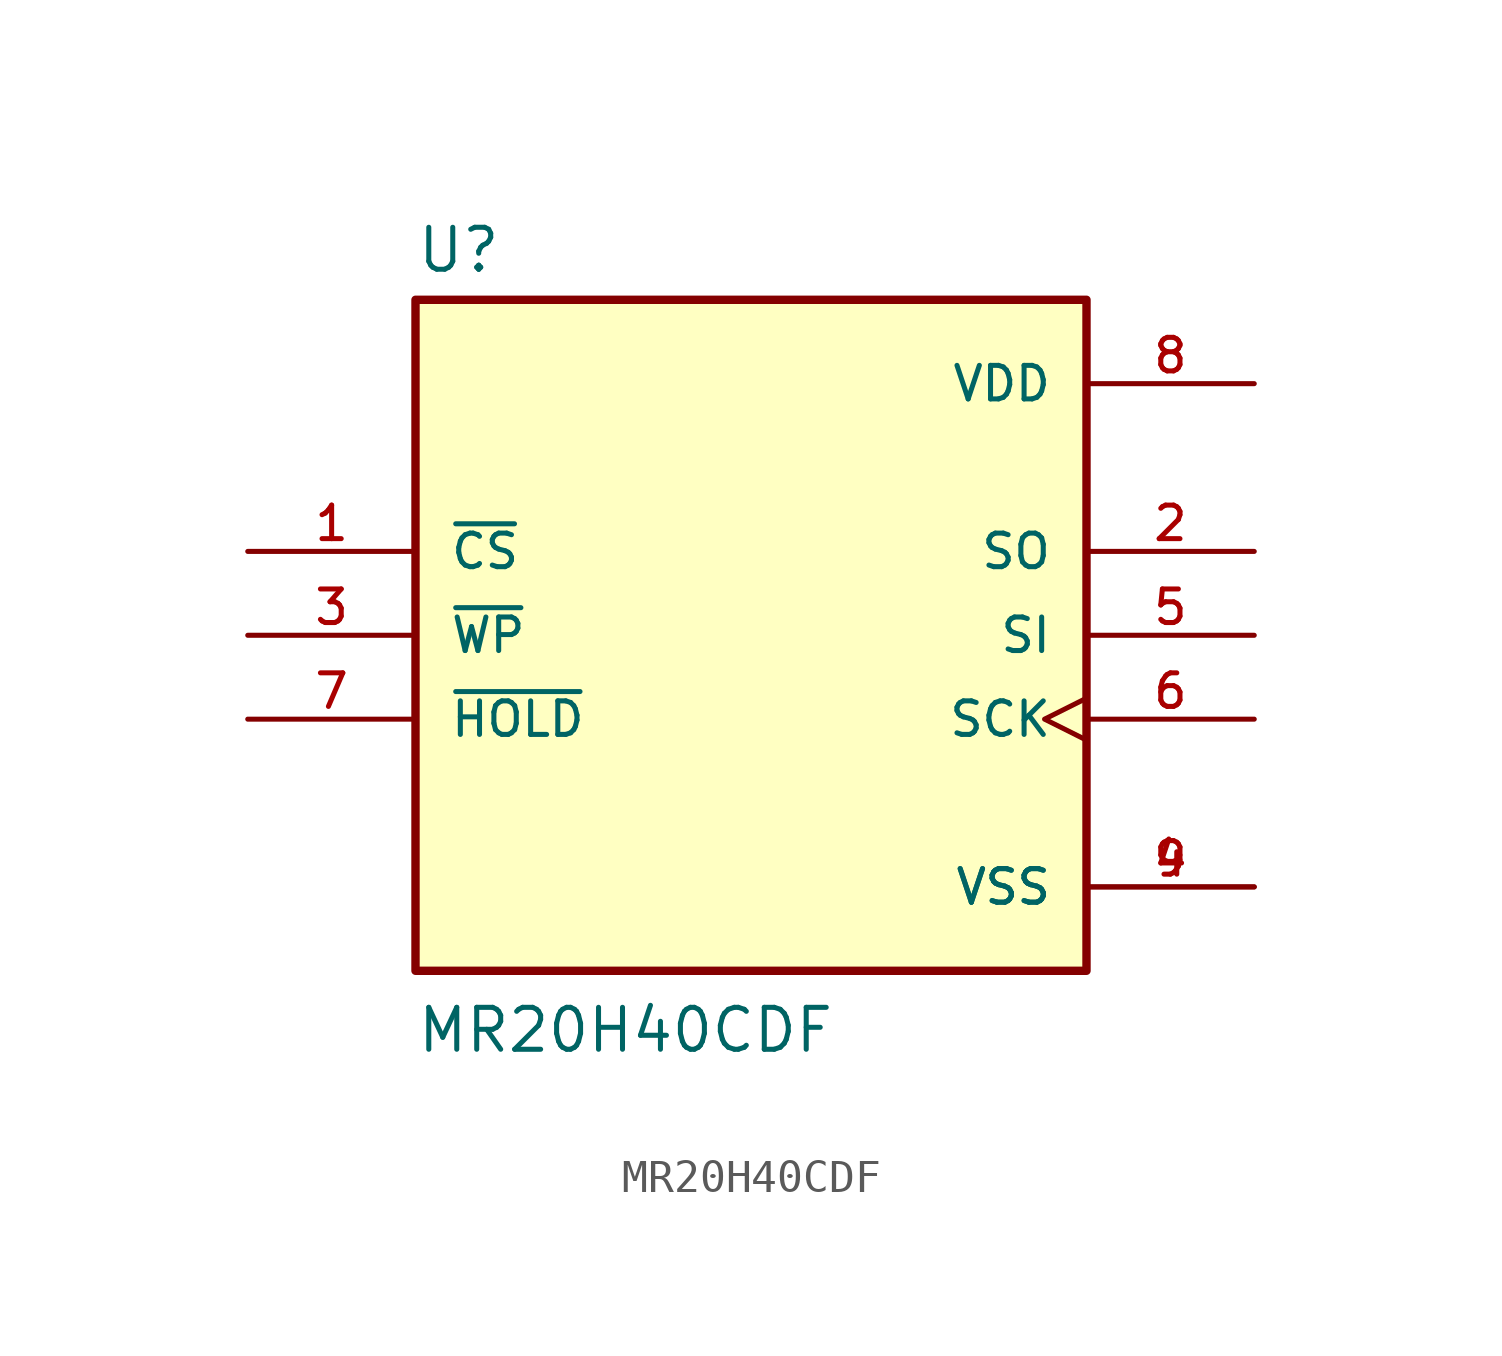
<source format=kicad_sym>
(kicad_symbol_lib
  (version 20211014)
  (generator kicad_symbol_editor)
  (symbol "MR20H40CDF"
    (pin_names
      (offset 1.016))
    (property "Reference" "U"
      (at -10.16 10.922 0)
      (effects (font (size 1.27 1.27)) (justify bottom left)))
    (property "Value" "MR20H40CDF"
      (at -10.16 -12.7 0)
      (effects (font (size 1.27 1.27)) (justify bottom left)))
    (symbol "MR20H40CDF_0_0"
      (rectangle (start -10.16 -10.16) (end 10.16 10.16) (stroke (width 0.254)) (fill (type background)))
      (pin input line (at -15.24 2.54 0) (length 5.08) (name "~{CS}" (effects (font (size 1.016 1.016)))) (number "1" (effects (font (size 1.016 1.016)))))
      (pin output line (at 15.24 2.54 180.0) (length 5.08) (name "SO" (effects (font (size 1.016 1.016)))) (number "2" (effects (font (size 1.016 1.016)))))
      (pin input line (at -15.24 0.0 0) (length 5.08) (name "~{WP}" (effects (font (size 1.016 1.016)))) (number "3" (effects (font (size 1.016 1.016)))))
      (pin power_in line (at 15.24 -7.62 180.0) (length 5.08) (name "VSS" (effects (font (size 1.016 1.016)))) (number "4" (effects (font (size 1.016 1.016)))))
      (pin power_in line (at 15.24 -7.62 180.0) (length 5.08) (name "VSS" (effects (font (size 1.016 1.016)))) (number "9" (effects (font (size 1.016 1.016)))))
      (pin input line (at 15.24 0.0 180.0) (length 5.08) (name "SI" (effects (font (size 1.016 1.016)))) (number "5" (effects (font (size 1.016 1.016)))))
      (pin input clock (at 15.24 -2.54 180.0) (length 5.08) (name "SCK" (effects (font (size 1.016 1.016)))) (number "6" (effects (font (size 1.016 1.016)))))
      (pin input line (at -15.24 -2.54 0) (length 5.08) (name "~{HOLD}" (effects (font (size 1.016 1.016)))) (number "7" (effects (font (size 1.016 1.016)))))
      (pin power_in line (at 15.24 7.62 180.0) (length 5.08) (name "VDD" (effects (font (size 1.016 1.016)))) (number "8" (effects (font (size 1.016 1.016))))))))
</source>
